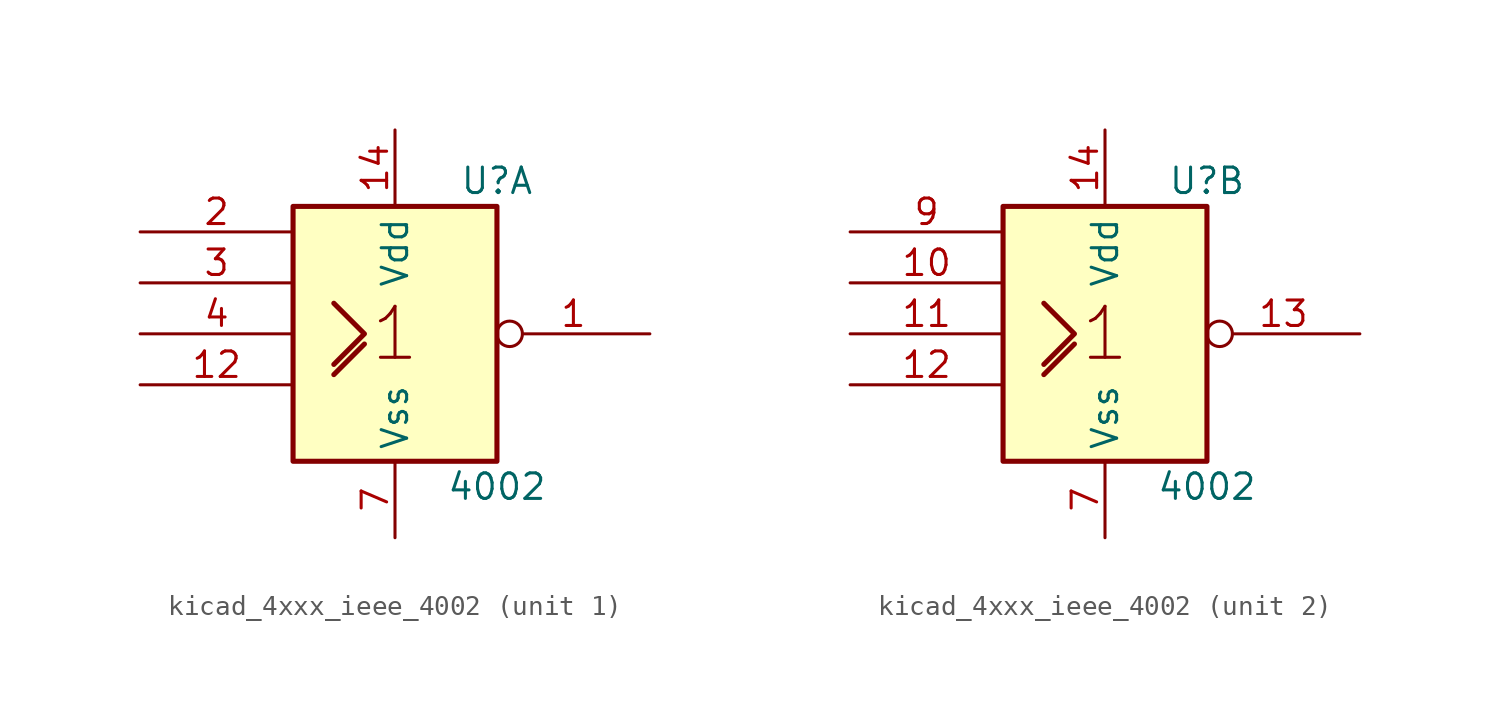
<source format=kicad_sym>
(kicad_symbol_lib
  (version 20220914)
  (generator kicad_symbol_editor)
  (symbol "kicad_4xxx_ieee_4002"
    (property "Reference" "U"
      (at 5.08 7.62 0)
      (effects (font (size 1.27 1.27))))
    (property "Value" "4002"
      (at 5.08 -7.62 0)
      (effects (font (size 1.27 1.27))))
    (symbol "kicad_4xxx_ieee_4002_0_0"
      (polyline (pts (xy -3.048 -2.032) (xy -1.524 -0.508) (xy -1.524 -0.508)) (stroke (width 0.254) (type default)) (fill (type background)))
      (polyline (pts (xy -3.048 1.524) (xy -1.524 0) (xy -3.048 -1.524) (xy -3.048 -1.524)) (stroke (width 0.254) (type default)) (fill (type background)))
      (text "1" (at 0 0 0) (effects (font (size 2.54 2.54)))))
    (symbol "kicad_4xxx_ieee_4002_0_1"
      (rectangle (start -5.08 6.35) (end 5.08 -6.35) (stroke (width 0.254) (type default)) (fill (type background)))
      (pin power_in line (at 0 10.16 270) (length 3.81) (name "Vdd" (effects (font (size 1.27 1.27)))) (number "14" (effects (font (size 1.27 1.27)))))
      (pin power_in line (at 0 -10.16 90) (length 3.81) (name "Vss" (effects (font (size 1.27 1.27)))) (number "7" (effects (font (size 1.27 1.27))))))
    (symbol "kicad_4xxx_ieee_4002_1_1"
      (pin output inverted (at 12.7 0 180) (length 7.62) (name "~" (effects (font (size 1.27 1.27)))) (number "1" (effects (font (size 1.27 1.27)))))
      (pin input line (at -12.7 -2.54 0) (length 7.62) (name "~" (effects (font (size 1.27 1.27)))) (number "12" (effects (font (size 1.27 1.27)))))
      (pin input line (at -12.7 5.08 0) (length 7.62) (name "~" (effects (font (size 1.27 1.27)))) (number "2" (effects (font (size 1.27 1.27)))))
      (pin input line (at -12.7 2.54 0) (length 7.62) (name "~" (effects (font (size 1.27 1.27)))) (number "3" (effects (font (size 1.27 1.27)))))
      (pin input line (at -12.7 0 0) (length 7.62) (name "~" (effects (font (size 1.27 1.27)))) (number "4" (effects (font (size 1.27 1.27))))))
    (symbol "kicad_4xxx_ieee_4002_2_1"
      (pin input line (at -12.7 2.54 0) (length 7.62) (name "~" (effects (font (size 1.27 1.27)))) (number "10" (effects (font (size 1.27 1.27)))))
      (pin input line (at -12.7 0 0) (length 7.62) (name "~" (effects (font (size 1.27 1.27)))) (number "11" (effects (font (size 1.27 1.27)))))
      (pin input line (at -12.7 -2.54 0) (length 7.62) (name "~" (effects (font (size 1.27 1.27)))) (number "12" (effects (font (size 1.27 1.27)))))
      (pin output inverted (at 12.7 0 180) (length 7.62) (name "~" (effects (font (size 1.27 1.27)))) (number "13" (effects (font (size 1.27 1.27)))))
      (pin input line (at -12.7 5.08 0) (length 7.62) (name "~" (effects (font (size 1.27 1.27)))) (number "9" (effects (font (size 1.27 1.27))))))))
</source>
